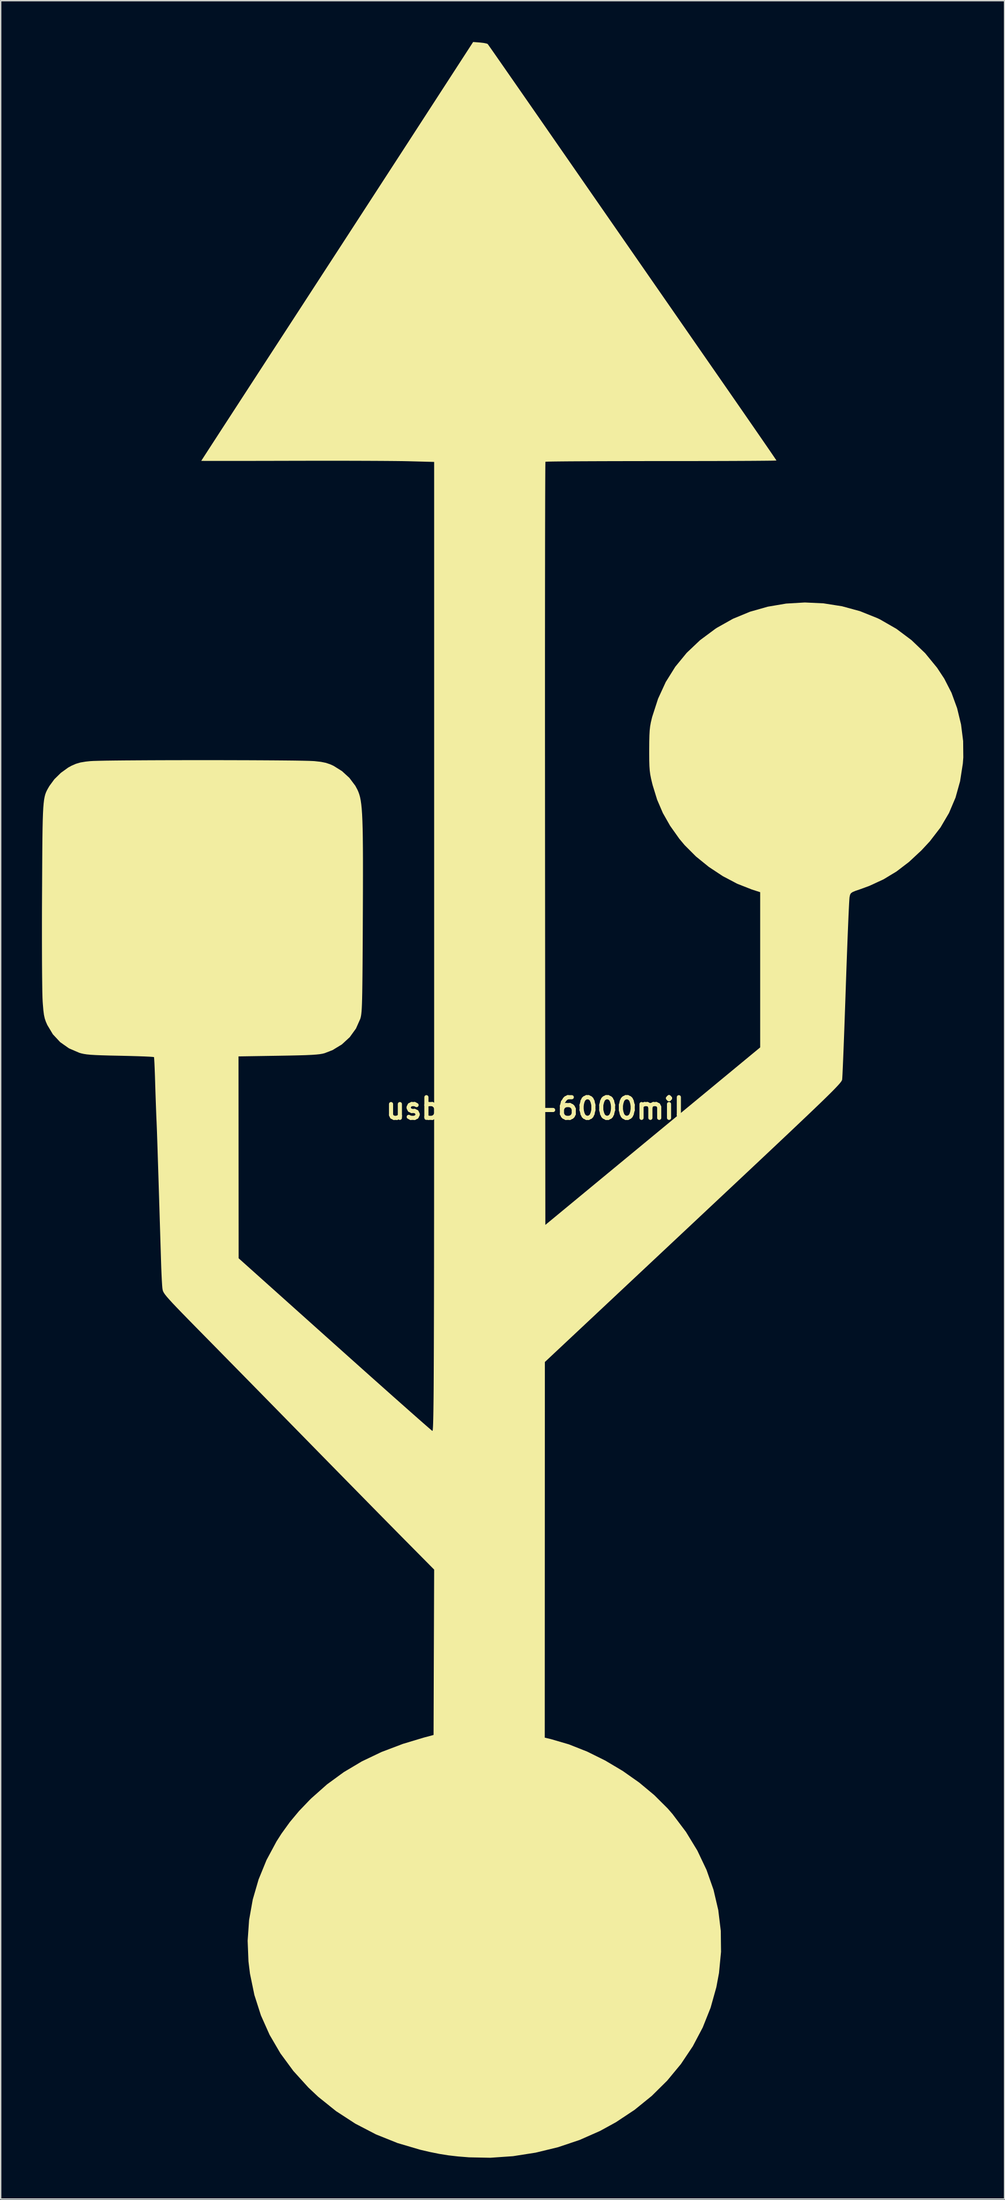
<source format=kicad_pcb>
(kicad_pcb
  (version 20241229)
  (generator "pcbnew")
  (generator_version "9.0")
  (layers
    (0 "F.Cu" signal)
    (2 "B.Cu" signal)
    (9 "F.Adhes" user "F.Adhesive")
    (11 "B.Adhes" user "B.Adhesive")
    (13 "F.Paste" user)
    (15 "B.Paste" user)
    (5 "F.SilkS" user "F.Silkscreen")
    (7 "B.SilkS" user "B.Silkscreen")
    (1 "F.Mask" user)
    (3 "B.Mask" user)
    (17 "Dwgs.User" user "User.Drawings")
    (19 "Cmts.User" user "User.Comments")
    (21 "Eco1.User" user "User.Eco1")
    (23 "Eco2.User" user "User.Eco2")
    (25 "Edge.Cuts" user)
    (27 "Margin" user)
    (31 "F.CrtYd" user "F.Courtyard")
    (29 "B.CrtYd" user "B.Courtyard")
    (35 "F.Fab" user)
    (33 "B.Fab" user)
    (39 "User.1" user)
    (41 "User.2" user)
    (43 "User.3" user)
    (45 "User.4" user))
  (footprint "usb-logo-6000mil"
    (layer "F.Cu")
    (at 35.883 77.477)
    (property "Reference" "usb-logo-6000mil" (at 0 0 0) (layer "F.SilkS") (effects (font (size 1.5 1.5) (thickness 0.3))))
    (attr board_only exclude_from_pos_files exclude_from_bom)
    (fp_poly (pts (xy -4.033 -77.438) (xy -3.755 -77.406) (xy -3.548 -77.363) (xy -3.471 -77.329) (xy -3.416 -77.252) (xy -3.269 -77.044) (xy -3.038 -76.714) (xy -2.728 -76.27) (xy -2.345 -75.72) (xy -1.895 -75.073) (xy -1.383 -74.338) (xy -0.816 -73.522) (xy -0.199 -72.635) (xy 0.462 -71.684) (xy 1.16 -70.678) (xy 1.891 -69.625) (xy 2.646 -68.538) (xy 3.511 -67.291) (xy 4.422 -65.978) (xy 5.365 -64.62) (xy 6.328 -63.233) (xy 7.297 -61.838) (xy 8.259 -60.452) (xy 9.202 -59.094) (xy 10.112 -57.784) (xy 10.976 -56.539) (xy 11.781 -55.38) (xy 12.515 -54.323) (xy 13.11 -53.467) (xy 13.754 -52.54) (xy 14.37 -51.652) (xy 14.951 -50.814) (xy 15.49 -50.035) (xy 15.981 -49.326) (xy 16.416 -48.696) (xy 16.789 -48.155) (xy 17.093 -47.713) (xy 17.321 -47.379) (xy 17.467 -47.163) (xy 17.524 -47.076) (xy 17.524 -47.075) (xy 17.442 -47.069) (xy 17.201 -47.063) (xy 16.814 -47.058) (xy 16.292 -47.053) (xy 15.646 -47.048) (xy 14.888 -47.044) (xy 14.029 -47.04) (xy 13.08 -47.037) (xy 12.053 -47.035) (xy 10.959 -47.033) (xy 9.81 -47.032) (xy 9.151 -47.032) (xy 7.975 -47.032) (xy 6.847 -47.03) (xy 5.778 -47.028) (xy 4.781 -47.025) (xy 3.866 -47.021) (xy 3.045 -47.017) (xy 2.33 -47.012) (xy 1.732 -47.006) (xy 1.263 -47) (xy 0.933 -46.993) (xy 0.756 -46.987) (xy 0.727 -46.983) (xy 0.723 -46.895) (xy 0.719 -46.645) (xy 0.716 -46.237) (xy 0.713 -45.68) (xy 0.71 -44.978) (xy 0.707 -44.138) (xy 0.705 -43.166) (xy 0.702 -42.069) (xy 0.7 -40.853) (xy 0.699 -39.524) (xy 0.697 -38.089) (xy 0.696 -36.553) (xy 0.695 -34.924) (xy 0.694 -33.207) (xy 0.694 -31.408) (xy 0.694 -29.535) (xy 0.694 -27.592) (xy 0.695 -25.587) (xy 0.696 -23.526) (xy 0.697 -21.415) (xy 0.698 -19.26) (xy 0.698 -19.239) (xy 0.72 8.455) (xy 3.598 6.079) (xy 4.355 5.454) (xy 5.204 4.753) (xy 6.107 4.008) (xy 7.026 3.25) (xy 7.921 2.511) (xy 8.755 1.823) (xy 9.356 1.327) (xy 10.06 0.746) (xy 10.812 0.126) (xy 11.581 -0.509) (xy 12.339 -1.134) (xy 13.056 -1.726) (xy 13.703 -2.261) (xy 14.251 -2.713) (xy 14.287 -2.743) (xy 16.341 -4.439) (xy 16.341 -10.077) (xy 16.341 -15.715) (xy 15.74 -15.908) (xy 14.677 -16.325) (xy 13.62 -16.882) (xy 12.606 -17.552) (xy 11.669 -18.311) (xy 10.845 -19.136) (xy 10.462 -19.594) (xy 9.795 -20.533) (xy 9.265 -21.464) (xy 8.848 -22.434) (xy 8.522 -23.492) (xy 8.489 -23.622) (xy 8.408 -23.961) (xy 8.35 -24.257) (xy 8.311 -24.55) (xy 8.287 -24.878) (xy 8.275 -25.281) (xy 8.272 -25.796) (xy 8.272 -26.077) (xy 8.276 -26.659) (xy 8.287 -27.109) (xy 8.307 -27.465) (xy 8.341 -27.765) (xy 8.391 -28.045) (xy 8.462 -28.344) (xy 8.49 -28.454) (xy 8.916 -29.769) (xy 9.474 -30.981) (xy 10.168 -32.091) (xy 11 -33.104) (xy 11.971 -34.023) (xy 13.086 -34.851) (xy 13.195 -34.922) (xy 14.358 -35.575) (xy 15.596 -36.087) (xy 16.893 -36.455) (xy 18.229 -36.681) (xy 19.587 -36.761) (xy 20.947 -36.697) (xy 22.292 -36.486) (xy 23.604 -36.128) (xy 24.865 -35.622) (xy 25.063 -35.526) (xy 26.254 -34.841) (xy 27.349 -34.021) (xy 28.336 -33.078) (xy 29.202 -32.022) (xy 29.726 -31.229) (xy 30.253 -30.2) (xy 30.662 -29.078) (xy 30.947 -27.898) (xy 31.099 -26.694) (xy 31.111 -25.502) (xy 31.077 -25.06) (xy 30.877 -23.773) (xy 30.544 -22.581) (xy 30.071 -21.467) (xy 29.451 -20.414) (xy 28.675 -19.407) (xy 28.067 -18.753) (xy 27.164 -17.914) (xy 26.256 -17.22) (xy 25.309 -16.648) (xy 24.289 -16.177) (xy 23.61 -15.928) (xy 23.272 -15.812) (xy 23.06 -15.724) (xy 22.94 -15.638) (xy 22.879 -15.531) (xy 22.843 -15.375) (xy 22.84 -15.36) (xy 22.827 -15.222) (xy 22.809 -14.93) (xy 22.787 -14.497) (xy 22.761 -13.936) (xy 22.733 -13.263) (xy 22.701 -12.49) (xy 22.668 -11.633) (xy 22.633 -10.705) (xy 22.598 -9.72) (xy 22.563 -8.721) (xy 22.528 -7.695) (xy 22.493 -6.712) (xy 22.46 -5.787) (xy 22.428 -4.934) (xy 22.398 -4.167) (xy 22.371 -3.499) (xy 22.347 -2.945) (xy 22.328 -2.518) (xy 22.312 -2.233) (xy 22.302 -2.104) (xy 22.289 -2.059) (xy 22.258 -1.999) (xy 22.204 -1.92) (xy 22.121 -1.818) (xy 22.004 -1.686) (xy 21.848 -1.52) (xy 21.648 -1.314) (xy 21.398 -1.064) (xy 21.092 -0.763) (xy 20.726 -0.408) (xy 20.293 0.007) (xy 19.79 0.487) (xy 19.209 1.038) (xy 18.547 1.665) (xy 17.797 2.372) (xy 16.955 3.165) (xy 16.014 4.049) (xy 14.97 5.029) (xy 13.817 6.11) (xy 12.55 7.297) (xy 11.47 8.31) (xy 0.685 18.415) (xy 0.681 32.059) (xy 0.677 45.703) (xy 1.122 45.808) (xy 2.434 46.191) (xy 3.761 46.716) (xy 5.073 47.365) (xy 6.344 48.12) (xy 7.544 48.964) (xy 8.645 49.881) (xy 9.62 50.852) (xy 9.965 51.249) (xy 10.947 52.551) (xy 11.773 53.906) (xy 12.44 55.309) (xy 12.948 56.752) (xy 13.294 58.23) (xy 13.477 59.734) (xy 13.495 61.259) (xy 13.347 62.799) (xy 13.154 63.832) (xy 12.736 65.324) (xy 12.164 66.757) (xy 11.443 68.122) (xy 10.58 69.411) (xy 9.583 70.615) (xy 8.458 71.728) (xy 7.211 72.739) (xy 5.849 73.642) (xy 4.693 74.275) (xy 3.214 74.927) (xy 1.646 75.454) (xy 0.02 75.849) (xy -1.634 76.107) (xy -3.283 76.221) (xy -4.826 76.19) (xy -5.62 76.127) (xy -6.321 76.047) (xy -6.994 75.94) (xy -7.705 75.796) (xy -8.382 75.638) (xy -10.028 75.153) (xy -11.602 74.521) (xy -13.094 73.746) (xy -14.496 72.835) (xy -15.796 71.792) (xy -16.51 71.12) (xy -17.604 69.914) (xy -18.544 68.637) (xy -19.33 67.292) (xy -19.961 65.879) (xy -20.436 64.398) (xy -20.756 62.851) (xy -20.866 61.961) (xy -20.926 60.456) (xy -20.821 58.952) (xy -20.555 57.463) (xy -20.131 56.005) (xy -19.554 54.593) (xy -18.828 53.242) (xy -18.469 52.68) (xy -17.86 51.837) (xy -17.194 51.039) (xy -16.424 50.235) (xy -16.288 50.102) (xy -15.154 49.097) (xy -13.936 48.208) (xy -12.62 47.426) (xy -11.194 46.745) (xy -9.642 46.157) (xy -8.128 45.701) (xy -7.408 45.508) (xy -7.387 39.501) (xy -7.365 33.494) (xy -9.55 31.289) (xy -9.977 30.857) (xy -10.506 30.32) (xy -11.124 29.694) (xy -11.813 28.995) (xy -12.558 28.237) (xy -13.344 27.437) (xy -14.156 26.612) (xy -14.977 25.775) (xy -15.793 24.944) (xy -16.383 24.342) (xy -17.187 23.522) (xy -18.01 22.683) (xy -18.836 21.841) (xy -19.65 21.012) (xy -20.435 20.212) (xy -21.176 19.458) (xy -21.858 18.764) (xy -22.464 18.148) (xy -22.978 17.625) (xy -23.284 17.314) (xy -24.047 16.539) (xy -24.701 15.875) (xy -25.253 15.312) (xy -25.713 14.841) (xy -26.088 14.452) (xy -26.389 14.135) (xy -26.622 13.881) (xy -26.798 13.68) (xy -26.925 13.522) (xy -27.011 13.398) (xy -27.066 13.298) (xy -27.097 13.213) (xy -27.114 13.132) (xy -27.126 13.046) (xy -27.127 13.039) (xy -27.145 12.825) (xy -27.166 12.48) (xy -27.188 12.042) (xy -27.208 11.549) (xy -27.219 11.218) (xy -27.266 9.704) (xy -27.308 8.349) (xy -27.345 7.144) (xy -27.378 6.079) (xy -27.407 5.144) (xy -27.433 4.329) (xy -27.456 3.625) (xy -27.475 3.021) (xy -27.492 2.508) (xy -27.507 2.076) (xy -27.519 1.716) (xy -27.53 1.417) (xy -27.54 1.17) (xy -27.548 0.965) (xy -27.556 0.804) (xy -27.572 0.42) (xy -27.591 -0.088) (xy -27.612 -0.674) (xy -27.633 -1.294) (xy -27.652 -1.902) (xy -27.652 -1.905) (xy -27.669 -2.437) (xy -27.687 -2.91) (xy -27.704 -3.299) (xy -27.72 -3.578) (xy -27.732 -3.721) (xy -27.735 -3.734) (xy -27.824 -3.748) (xy -28.061 -3.765) (xy -28.424 -3.782) (xy -28.892 -3.799) (xy -29.444 -3.815) (xy -30.057 -3.83) (xy -30.202 -3.833) (xy -30.935 -3.848) (xy -31.52 -3.865) (xy -31.982 -3.883) (xy -32.342 -3.905) (xy -32.622 -3.932) (xy -32.845 -3.966) (xy -33.034 -4.009) (xy -33.168 -4.048) (xy -33.911 -4.367) (xy -34.555 -4.819) (xy -35.089 -5.391) (xy -35.494 -6.067) (xy -35.603 -6.316) (xy -35.681 -6.549) (xy -35.737 -6.808) (xy -35.78 -7.137) (xy -35.817 -7.577) (xy -35.831 -7.775) (xy -35.844 -8.051) (xy -35.855 -8.48) (xy -35.864 -9.047) (xy -35.872 -9.736) (xy -35.878 -10.532) (xy -35.881 -11.42) (xy -35.883 -12.382) (xy -35.883 -13.404) (xy -35.881 -14.471) (xy -35.876 -15.536) (xy -35.869 -16.79) (xy -35.863 -17.886) (xy -35.856 -18.837) (xy -35.848 -19.654) (xy -35.838 -20.35) (xy -35.825 -20.937) (xy -35.808 -21.425) (xy -35.787 -21.828) (xy -35.76 -22.157) (xy -35.728 -22.425) (xy -35.688 -22.643) (xy -35.641 -22.823) (xy -35.585 -22.976) (xy -35.519 -23.116) (xy -35.444 -23.254) (xy -35.357 -23.402) (xy -35.341 -23.43) (xy -34.981 -23.92) (xy -34.508 -24.383) (xy -33.979 -24.766) (xy -33.733 -24.902) (xy -33.412 -25.041) (xy -33.088 -25.136) (xy -32.699 -25.201) (xy -32.373 -25.235) (xy -32.139 -25.248) (xy -31.752 -25.259) (xy -31.227 -25.27) (xy -30.58 -25.279) (xy -29.826 -25.287) (xy -28.982 -25.293) (xy -28.063 -25.299) (xy -27.085 -25.303) (xy -26.063 -25.306) (xy -25.014 -25.307) (xy -23.953 -25.308) (xy -22.896 -25.307) (xy -21.859 -25.304) (xy -20.857 -25.301) (xy -19.906 -25.296) (xy -19.022 -25.29) (xy -18.22 -25.283) (xy -17.517 -25.275) (xy -16.928 -25.265) (xy -16.468 -25.254) (xy -16.155 -25.241) (xy -16.056 -25.235) (xy -15.595 -25.183) (xy -15.239 -25.111) (xy -14.925 -25.005) (xy -14.677 -24.892) (xy -14.066 -24.51) (xy -13.526 -24.016) (xy -13.098 -23.447) (xy -12.942 -23.157) (xy -12.871 -22.994) (xy -12.808 -22.818) (xy -12.753 -22.619) (xy -12.706 -22.387) (xy -12.666 -22.109) (xy -12.632 -21.777) (xy -12.604 -21.378) (xy -12.582 -20.902) (xy -12.565 -20.338) (xy -12.553 -19.676) (xy -12.545 -18.904) (xy -12.541 -18.012) (xy -12.541 -16.989) (xy -12.543 -15.824) (xy -12.548 -14.507) (xy -12.552 -13.716) (xy -12.558 -12.481) (xy -12.564 -11.403) (xy -12.57 -10.471) (xy -12.577 -9.674) (xy -12.585 -8.999) (xy -12.593 -8.435) (xy -12.603 -7.971) (xy -12.614 -7.594) (xy -12.628 -7.293) (xy -12.643 -7.057) (xy -12.662 -6.873) (xy -12.683 -6.73) (xy -12.707 -6.616) (xy -12.734 -6.52) (xy -12.734 -6.519) (xy -13.049 -5.81) (xy -13.503 -5.182) (xy -14.076 -4.655) (xy -14.752 -4.244) (xy -15.325 -4.021) (xy -15.483 -3.981) (xy -15.682 -3.947) (xy -15.94 -3.92) (xy -16.276 -3.897) (xy -16.708 -3.877) (xy -17.256 -3.861) (xy -17.936 -3.846) (xy -18.69 -3.833) (xy -21.59 -3.786) (xy -21.586 3.547) (xy -21.581 10.88) (xy -14.6 17.127) (xy -13.67 17.958) (xy -12.775 18.758) (xy -11.922 19.519) (xy -11.119 20.233) (xy -10.375 20.895) (xy -9.697 21.495) (xy -9.095 22.028) (xy -8.576 22.486) (xy -8.149 22.861) (xy -7.821 23.146) (xy -7.602 23.335) (xy -7.498 23.419) (xy -7.492 23.422) (xy -7.482 23.413) (xy -7.472 23.374) (xy -7.463 23.3) (xy -7.454 23.187) (xy -7.446 23.03) (xy -7.438 22.825) (xy -7.431 22.567) (xy -7.424 22.251) (xy -7.418 21.872) (xy -7.412 21.426) (xy -7.406 20.909) (xy -7.401 20.315) (xy -7.397 19.641) (xy -7.393 18.881) (xy -7.389 18.03) (xy -7.386 17.085) (xy -7.383 16.04) (xy -7.38 14.891) (xy -7.377 13.633) (xy -7.375 12.261) (xy -7.373 10.772) (xy -7.372 9.159) (xy -7.37 7.42) (xy -7.369 5.548) (xy -7.368 3.54) (xy -7.367 1.39) (xy -7.367 -0.906) (xy -7.366 -3.352) (xy -7.366 -5.953) (xy -7.366 -8.715) (xy -7.366 -11.641) (xy -7.366 -11.75) (xy -7.366 -46.971) (xy -9.25 -47.021) (xy -9.645 -47.029) (xy -10.191 -47.036) (xy -10.87 -47.042) (xy -11.664 -47.047) (xy -12.554 -47.051) (xy -13.522 -47.054) (xy -14.55 -47.055) (xy -15.62 -47.055) (xy -16.713 -47.054) (xy -17.717 -47.052) (xy -18.756 -47.049) (xy -19.744 -47.047) (xy -20.67 -47.045) (xy -21.519 -47.044) (xy -22.279 -47.043) (xy -22.937 -47.043) (xy -23.481 -47.043) (xy -23.897 -47.044) (xy -24.172 -47.046) (xy -24.294 -47.048) (xy -24.299 -47.049) (xy -24.254 -47.121) (xy -24.122 -47.326) (xy -23.909 -47.655) (xy -23.62 -48.101) (xy -23.261 -48.654) (xy -22.838 -49.306) (xy -22.355 -50.048) (xy -21.82 -50.871) (xy -21.237 -51.768) (xy -20.612 -52.729) (xy -19.951 -53.745) (xy -19.259 -54.809) (xy -18.661 -55.727) (xy -17.839 -56.99) (xy -16.971 -58.323) (xy -16.071 -59.708) (xy -15.15 -61.124) (xy -14.221 -62.551) (xy -13.299 -63.97) (xy -12.395 -65.361) (xy -11.523 -66.703) (xy -10.695 -67.978) (xy -9.924 -69.164) (xy -9.224 -70.242) (xy -8.776 -70.933) (xy -4.53 -77.477)) (stroke (width 0) (type solid)) (fill yes) (layer "F.SilkS")))
  (gr_rect
    (start -3 -3)
    (end 69.994 156.698)
    (stroke (width 0.1) (type default))
    (fill no)
    (layer "Edge.Cuts")))
</source>
